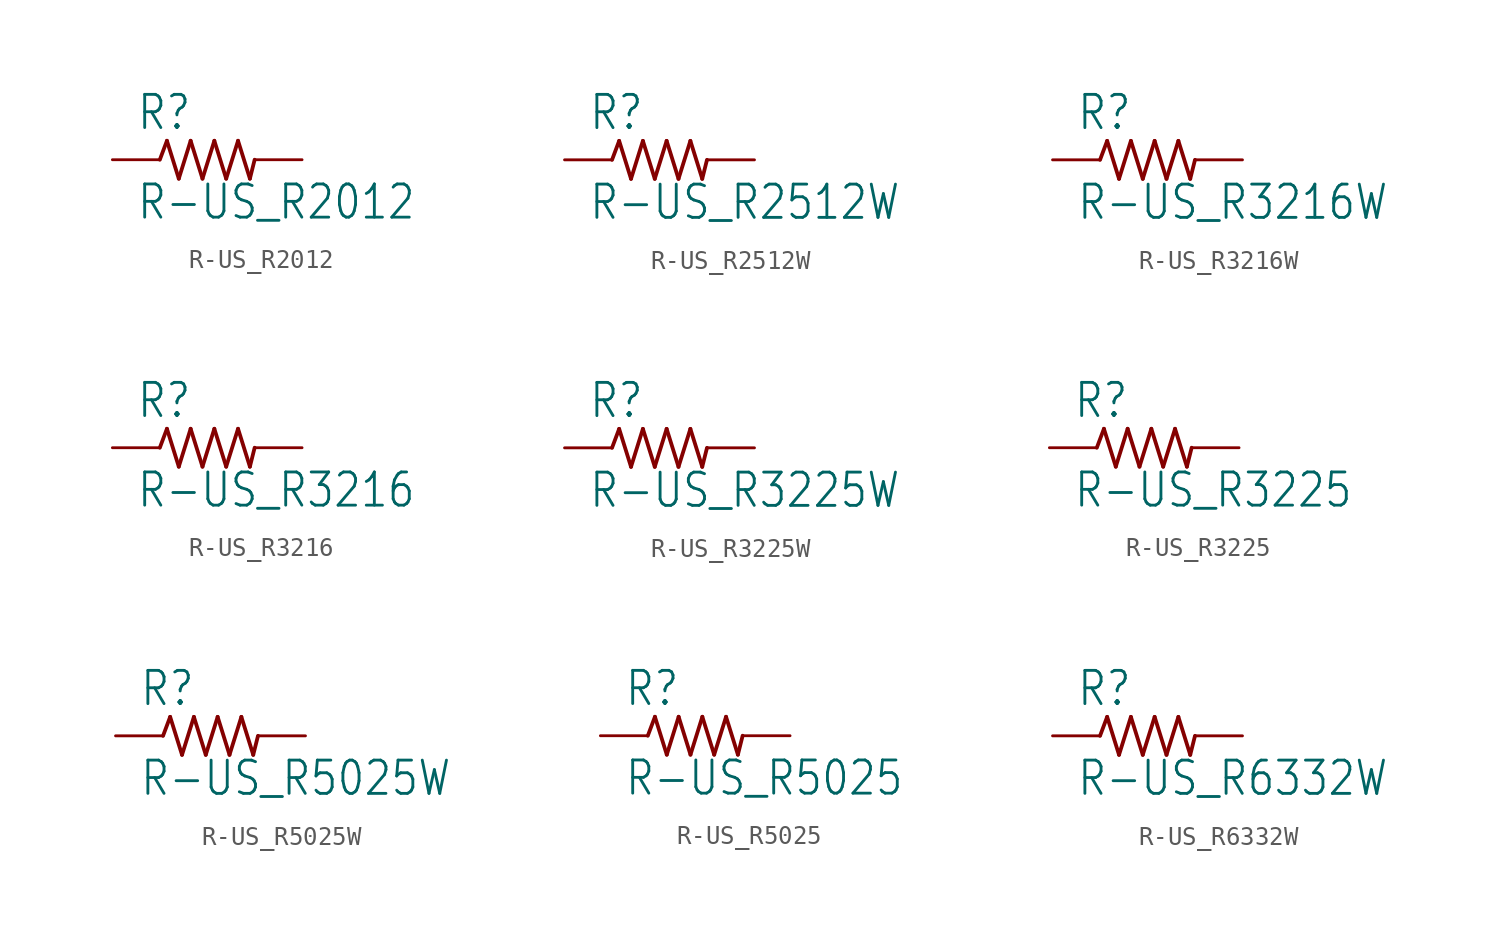
<source format=kicad_sym>
(kicad_symbol_lib
  (version 20211014)
  (generator kicad_symbol_editor)
  (symbol "R-US_R2012"
    (property "Reference" "R"
      (at -3.81 1.499 0)
      (effects (font (size 1.778 1.511)) (justify left bottom)))
    (property "Value" "R-US_R2012"
      (at -3.81 -3.302 0)
      (effects (font (size 1.778 1.511)) (justify left bottom)))
    (property "ki_locked" ""
      (at 0 0 0)
      (effects (font (size 1.27 1.27))))
    (symbol "R-US_R2012_1_0"
      (polyline (pts (xy -2.54 0) (xy -2.159 1.016)) (stroke (width 0.203) (type default)) (fill (type none)))
      (polyline (pts (xy -2.159 1.016) (xy -1.524 -1.016)) (stroke (width 0.203) (type default)) (fill (type none)))
      (polyline (pts (xy -1.524 -1.016) (xy -0.889 1.016)) (stroke (width 0.203) (type default)) (fill (type none)))
      (polyline (pts (xy -0.889 1.016) (xy -0.254 -1.016)) (stroke (width 0.203) (type default)) (fill (type none)))
      (polyline (pts (xy -0.254 -1.016) (xy 0.381 1.016)) (stroke (width 0.203) (type default)) (fill (type none)))
      (polyline (pts (xy 0.381 1.016) (xy 1.016 -1.016)) (stroke (width 0.203) (type default)) (fill (type none)))
      (polyline (pts (xy 1.016 -1.016) (xy 1.651 1.016)) (stroke (width 0.203) (type default)) (fill (type none)))
      (polyline (pts (xy 1.651 1.016) (xy 2.286 -1.016)) (stroke (width 0.203) (type default)) (fill (type none)))
      (polyline (pts (xy 2.286 -1.016) (xy 2.54 0)) (stroke (width 0.203) (type default)) (fill (type none)))
      (pin passive line (at -5.08 0 0) (length 2.54) (name "1" (effects (font (size 0 0)))) (number "1" (effects (font (size 0 0)))))
      (pin passive line (at 5.08 0 180) (length 2.54) (name "2" (effects (font (size 0 0)))) (number "2" (effects (font (size 0 0)))))))
  (symbol "R-US_R2512W"
    (property "Reference" "R"
      (at -3.81 1.499 0)
      (effects (font (size 1.778 1.511)) (justify left bottom)))
    (property "Value" "R-US_R2512W"
      (at -3.81 -3.302 0)
      (effects (font (size 1.778 1.511)) (justify left bottom)))
    (property "ki_locked" ""
      (at 0 0 0)
      (effects (font (size 1.27 1.27))))
    (symbol "R-US_R2512W_1_0"
      (polyline (pts (xy -2.54 0) (xy -2.159 1.016)) (stroke (width 0.203) (type default)) (fill (type none)))
      (polyline (pts (xy -2.159 1.016) (xy -1.524 -1.016)) (stroke (width 0.203) (type default)) (fill (type none)))
      (polyline (pts (xy -1.524 -1.016) (xy -0.889 1.016)) (stroke (width 0.203) (type default)) (fill (type none)))
      (polyline (pts (xy -0.889 1.016) (xy -0.254 -1.016)) (stroke (width 0.203) (type default)) (fill (type none)))
      (polyline (pts (xy -0.254 -1.016) (xy 0.381 1.016)) (stroke (width 0.203) (type default)) (fill (type none)))
      (polyline (pts (xy 0.381 1.016) (xy 1.016 -1.016)) (stroke (width 0.203) (type default)) (fill (type none)))
      (polyline (pts (xy 1.016 -1.016) (xy 1.651 1.016)) (stroke (width 0.203) (type default)) (fill (type none)))
      (polyline (pts (xy 1.651 1.016) (xy 2.286 -1.016)) (stroke (width 0.203) (type default)) (fill (type none)))
      (polyline (pts (xy 2.286 -1.016) (xy 2.54 0)) (stroke (width 0.203) (type default)) (fill (type none)))
      (pin passive line (at -5.08 0 0) (length 2.54) (name "1" (effects (font (size 0 0)))) (number "1" (effects (font (size 0 0)))))
      (pin passive line (at 5.08 0 180) (length 2.54) (name "2" (effects (font (size 0 0)))) (number "2" (effects (font (size 0 0)))))))
  (symbol "R-US_R3216W"
    (property "Reference" "R"
      (at -3.81 1.499 0)
      (effects (font (size 1.778 1.511)) (justify left bottom)))
    (property "Value" "R-US_R3216W"
      (at -3.81 -3.302 0)
      (effects (font (size 1.778 1.511)) (justify left bottom)))
    (property "ki_locked" ""
      (at 0 0 0)
      (effects (font (size 1.27 1.27))))
    (symbol "R-US_R3216W_1_0"
      (polyline (pts (xy -2.54 0) (xy -2.159 1.016)) (stroke (width 0.203) (type default)) (fill (type none)))
      (polyline (pts (xy -2.159 1.016) (xy -1.524 -1.016)) (stroke (width 0.203) (type default)) (fill (type none)))
      (polyline (pts (xy -1.524 -1.016) (xy -0.889 1.016)) (stroke (width 0.203) (type default)) (fill (type none)))
      (polyline (pts (xy -0.889 1.016) (xy -0.254 -1.016)) (stroke (width 0.203) (type default)) (fill (type none)))
      (polyline (pts (xy -0.254 -1.016) (xy 0.381 1.016)) (stroke (width 0.203) (type default)) (fill (type none)))
      (polyline (pts (xy 0.381 1.016) (xy 1.016 -1.016)) (stroke (width 0.203) (type default)) (fill (type none)))
      (polyline (pts (xy 1.016 -1.016) (xy 1.651 1.016)) (stroke (width 0.203) (type default)) (fill (type none)))
      (polyline (pts (xy 1.651 1.016) (xy 2.286 -1.016)) (stroke (width 0.203) (type default)) (fill (type none)))
      (polyline (pts (xy 2.286 -1.016) (xy 2.54 0)) (stroke (width 0.203) (type default)) (fill (type none)))
      (pin passive line (at -5.08 0 0) (length 2.54) (name "1" (effects (font (size 0 0)))) (number "1" (effects (font (size 0 0)))))
      (pin passive line (at 5.08 0 180) (length 2.54) (name "2" (effects (font (size 0 0)))) (number "2" (effects (font (size 0 0)))))))
  (symbol "R-US_R3216"
    (property "Reference" "R"
      (at -3.81 1.499 0)
      (effects (font (size 1.778 1.511)) (justify left bottom)))
    (property "Value" "R-US_R3216"
      (at -3.81 -3.302 0)
      (effects (font (size 1.778 1.511)) (justify left bottom)))
    (property "ki_locked" ""
      (at 0 0 0)
      (effects (font (size 1.27 1.27))))
    (symbol "R-US_R3216_1_0"
      (polyline (pts (xy -2.54 0) (xy -2.159 1.016)) (stroke (width 0.203) (type default)) (fill (type none)))
      (polyline (pts (xy -2.159 1.016) (xy -1.524 -1.016)) (stroke (width 0.203) (type default)) (fill (type none)))
      (polyline (pts (xy -1.524 -1.016) (xy -0.889 1.016)) (stroke (width 0.203) (type default)) (fill (type none)))
      (polyline (pts (xy -0.889 1.016) (xy -0.254 -1.016)) (stroke (width 0.203) (type default)) (fill (type none)))
      (polyline (pts (xy -0.254 -1.016) (xy 0.381 1.016)) (stroke (width 0.203) (type default)) (fill (type none)))
      (polyline (pts (xy 0.381 1.016) (xy 1.016 -1.016)) (stroke (width 0.203) (type default)) (fill (type none)))
      (polyline (pts (xy 1.016 -1.016) (xy 1.651 1.016)) (stroke (width 0.203) (type default)) (fill (type none)))
      (polyline (pts (xy 1.651 1.016) (xy 2.286 -1.016)) (stroke (width 0.203) (type default)) (fill (type none)))
      (polyline (pts (xy 2.286 -1.016) (xy 2.54 0)) (stroke (width 0.203) (type default)) (fill (type none)))
      (pin passive line (at -5.08 0 0) (length 2.54) (name "1" (effects (font (size 0 0)))) (number "1" (effects (font (size 0 0)))))
      (pin passive line (at 5.08 0 180) (length 2.54) (name "2" (effects (font (size 0 0)))) (number "2" (effects (font (size 0 0)))))))
  (symbol "R-US_R3225W"
    (property "Reference" "R"
      (at -3.81 1.499 0)
      (effects (font (size 1.778 1.511)) (justify left bottom)))
    (property "Value" "R-US_R3225W"
      (at -3.81 -3.302 0)
      (effects (font (size 1.778 1.511)) (justify left bottom)))
    (property "ki_locked" ""
      (at 0 0 0)
      (effects (font (size 1.27 1.27))))
    (symbol "R-US_R3225W_1_0"
      (polyline (pts (xy -2.54 0) (xy -2.159 1.016)) (stroke (width 0.203) (type default)) (fill (type none)))
      (polyline (pts (xy -2.159 1.016) (xy -1.524 -1.016)) (stroke (width 0.203) (type default)) (fill (type none)))
      (polyline (pts (xy -1.524 -1.016) (xy -0.889 1.016)) (stroke (width 0.203) (type default)) (fill (type none)))
      (polyline (pts (xy -0.889 1.016) (xy -0.254 -1.016)) (stroke (width 0.203) (type default)) (fill (type none)))
      (polyline (pts (xy -0.254 -1.016) (xy 0.381 1.016)) (stroke (width 0.203) (type default)) (fill (type none)))
      (polyline (pts (xy 0.381 1.016) (xy 1.016 -1.016)) (stroke (width 0.203) (type default)) (fill (type none)))
      (polyline (pts (xy 1.016 -1.016) (xy 1.651 1.016)) (stroke (width 0.203) (type default)) (fill (type none)))
      (polyline (pts (xy 1.651 1.016) (xy 2.286 -1.016)) (stroke (width 0.203) (type default)) (fill (type none)))
      (polyline (pts (xy 2.286 -1.016) (xy 2.54 0)) (stroke (width 0.203) (type default)) (fill (type none)))
      (pin passive line (at -5.08 0 0) (length 2.54) (name "1" (effects (font (size 0 0)))) (number "1" (effects (font (size 0 0)))))
      (pin passive line (at 5.08 0 180) (length 2.54) (name "2" (effects (font (size 0 0)))) (number "2" (effects (font (size 0 0)))))))
  (symbol "R-US_R3225"
    (property "Reference" "R"
      (at -3.81 1.499 0)
      (effects (font (size 1.778 1.511)) (justify left bottom)))
    (property "Value" "R-US_R3225"
      (at -3.81 -3.302 0)
      (effects (font (size 1.778 1.511)) (justify left bottom)))
    (property "ki_locked" ""
      (at 0 0 0)
      (effects (font (size 1.27 1.27))))
    (symbol "R-US_R3225_1_0"
      (polyline (pts (xy -2.54 0) (xy -2.159 1.016)) (stroke (width 0.203) (type default)) (fill (type none)))
      (polyline (pts (xy -2.159 1.016) (xy -1.524 -1.016)) (stroke (width 0.203) (type default)) (fill (type none)))
      (polyline (pts (xy -1.524 -1.016) (xy -0.889 1.016)) (stroke (width 0.203) (type default)) (fill (type none)))
      (polyline (pts (xy -0.889 1.016) (xy -0.254 -1.016)) (stroke (width 0.203) (type default)) (fill (type none)))
      (polyline (pts (xy -0.254 -1.016) (xy 0.381 1.016)) (stroke (width 0.203) (type default)) (fill (type none)))
      (polyline (pts (xy 0.381 1.016) (xy 1.016 -1.016)) (stroke (width 0.203) (type default)) (fill (type none)))
      (polyline (pts (xy 1.016 -1.016) (xy 1.651 1.016)) (stroke (width 0.203) (type default)) (fill (type none)))
      (polyline (pts (xy 1.651 1.016) (xy 2.286 -1.016)) (stroke (width 0.203) (type default)) (fill (type none)))
      (polyline (pts (xy 2.286 -1.016) (xy 2.54 0)) (stroke (width 0.203) (type default)) (fill (type none)))
      (pin passive line (at -5.08 0 0) (length 2.54) (name "1" (effects (font (size 0 0)))) (number "1" (effects (font (size 0 0)))))
      (pin passive line (at 5.08 0 180) (length 2.54) (name "2" (effects (font (size 0 0)))) (number "2" (effects (font (size 0 0)))))))
  (symbol "R-US_R5025W"
    (property "Reference" "R"
      (at -3.81 1.499 0)
      (effects (font (size 1.778 1.511)) (justify left bottom)))
    (property "Value" "R-US_R5025W"
      (at -3.81 -3.302 0)
      (effects (font (size 1.778 1.511)) (justify left bottom)))
    (property "ki_locked" ""
      (at 0 0 0)
      (effects (font (size 1.27 1.27))))
    (symbol "R-US_R5025W_1_0"
      (polyline (pts (xy -2.54 0) (xy -2.159 1.016)) (stroke (width 0.203) (type default)) (fill (type none)))
      (polyline (pts (xy -2.159 1.016) (xy -1.524 -1.016)) (stroke (width 0.203) (type default)) (fill (type none)))
      (polyline (pts (xy -1.524 -1.016) (xy -0.889 1.016)) (stroke (width 0.203) (type default)) (fill (type none)))
      (polyline (pts (xy -0.889 1.016) (xy -0.254 -1.016)) (stroke (width 0.203) (type default)) (fill (type none)))
      (polyline (pts (xy -0.254 -1.016) (xy 0.381 1.016)) (stroke (width 0.203) (type default)) (fill (type none)))
      (polyline (pts (xy 0.381 1.016) (xy 1.016 -1.016)) (stroke (width 0.203) (type default)) (fill (type none)))
      (polyline (pts (xy 1.016 -1.016) (xy 1.651 1.016)) (stroke (width 0.203) (type default)) (fill (type none)))
      (polyline (pts (xy 1.651 1.016) (xy 2.286 -1.016)) (stroke (width 0.203) (type default)) (fill (type none)))
      (polyline (pts (xy 2.286 -1.016) (xy 2.54 0)) (stroke (width 0.203) (type default)) (fill (type none)))
      (pin passive line (at -5.08 0 0) (length 2.54) (name "1" (effects (font (size 0 0)))) (number "1" (effects (font (size 0 0)))))
      (pin passive line (at 5.08 0 180) (length 2.54) (name "2" (effects (font (size 0 0)))) (number "2" (effects (font (size 0 0)))))))
  (symbol "R-US_R5025"
    (property "Reference" "R"
      (at -3.81 1.499 0)
      (effects (font (size 1.778 1.511)) (justify left bottom)))
    (property "Value" "R-US_R5025"
      (at -3.81 -3.302 0)
      (effects (font (size 1.778 1.511)) (justify left bottom)))
    (property "ki_locked" ""
      (at 0 0 0)
      (effects (font (size 1.27 1.27))))
    (symbol "R-US_R5025_1_0"
      (polyline (pts (xy -2.54 0) (xy -2.159 1.016)) (stroke (width 0.203) (type default)) (fill (type none)))
      (polyline (pts (xy -2.159 1.016) (xy -1.524 -1.016)) (stroke (width 0.203) (type default)) (fill (type none)))
      (polyline (pts (xy -1.524 -1.016) (xy -0.889 1.016)) (stroke (width 0.203) (type default)) (fill (type none)))
      (polyline (pts (xy -0.889 1.016) (xy -0.254 -1.016)) (stroke (width 0.203) (type default)) (fill (type none)))
      (polyline (pts (xy -0.254 -1.016) (xy 0.381 1.016)) (stroke (width 0.203) (type default)) (fill (type none)))
      (polyline (pts (xy 0.381 1.016) (xy 1.016 -1.016)) (stroke (width 0.203) (type default)) (fill (type none)))
      (polyline (pts (xy 1.016 -1.016) (xy 1.651 1.016)) (stroke (width 0.203) (type default)) (fill (type none)))
      (polyline (pts (xy 1.651 1.016) (xy 2.286 -1.016)) (stroke (width 0.203) (type default)) (fill (type none)))
      (polyline (pts (xy 2.286 -1.016) (xy 2.54 0)) (stroke (width 0.203) (type default)) (fill (type none)))
      (pin passive line (at -5.08 0 0) (length 2.54) (name "1" (effects (font (size 0 0)))) (number "1" (effects (font (size 0 0)))))
      (pin passive line (at 5.08 0 180) (length 2.54) (name "2" (effects (font (size 0 0)))) (number "2" (effects (font (size 0 0)))))))
  (symbol "R-US_R6332W"
    (property "Reference" "R"
      (at -3.81 1.499 0)
      (effects (font (size 1.778 1.511)) (justify left bottom)))
    (property "Value" "R-US_R6332W"
      (at -3.81 -3.302 0)
      (effects (font (size 1.778 1.511)) (justify left bottom)))
    (property "ki_locked" ""
      (at 0 0 0)
      (effects (font (size 1.27 1.27))))
    (symbol "R-US_R6332W_1_0"
      (polyline (pts (xy -2.54 0) (xy -2.159 1.016)) (stroke (width 0.203) (type default)) (fill (type none)))
      (polyline (pts (xy -2.159 1.016) (xy -1.524 -1.016)) (stroke (width 0.203) (type default)) (fill (type none)))
      (polyline (pts (xy -1.524 -1.016) (xy -0.889 1.016)) (stroke (width 0.203) (type default)) (fill (type none)))
      (polyline (pts (xy -0.889 1.016) (xy -0.254 -1.016)) (stroke (width 0.203) (type default)) (fill (type none)))
      (polyline (pts (xy -0.254 -1.016) (xy 0.381 1.016)) (stroke (width 0.203) (type default)) (fill (type none)))
      (polyline (pts (xy 0.381 1.016) (xy 1.016 -1.016)) (stroke (width 0.203) (type default)) (fill (type none)))
      (polyline (pts (xy 1.016 -1.016) (xy 1.651 1.016)) (stroke (width 0.203) (type default)) (fill (type none)))
      (polyline (pts (xy 1.651 1.016) (xy 2.286 -1.016)) (stroke (width 0.203) (type default)) (fill (type none)))
      (polyline (pts (xy 2.286 -1.016) (xy 2.54 0)) (stroke (width 0.203) (type default)) (fill (type none)))
      (pin passive line (at -5.08 0 0) (length 2.54) (name "1" (effects (font (size 0 0)))) (number "1" (effects (font (size 0 0)))))
      (pin passive line (at 5.08 0 180) (length 2.54) (name "2" (effects (font (size 0 0)))) (number "2" (effects (font (size 0 0))))))))
</source>
